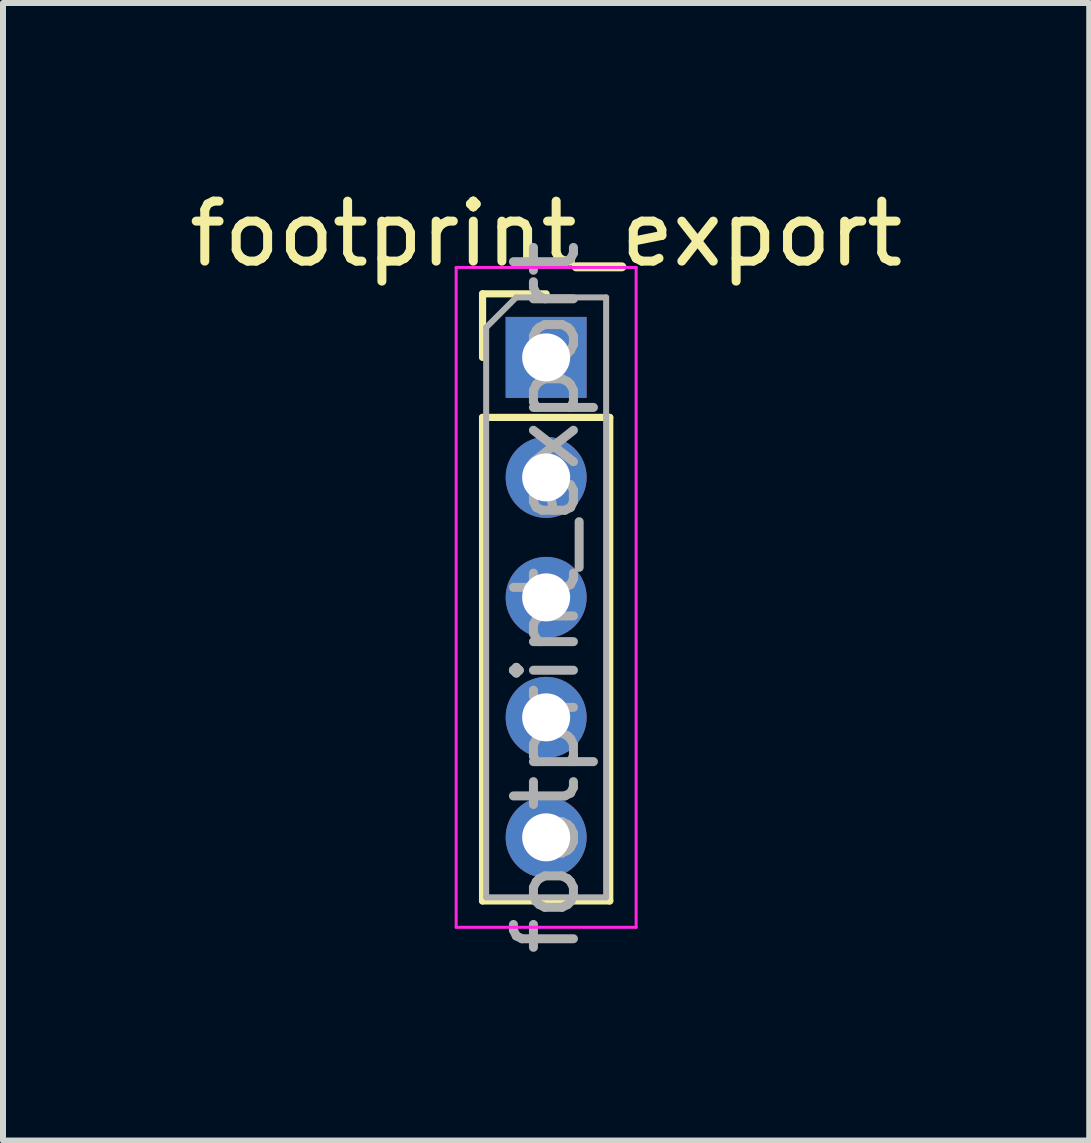
<source format=kicad_pcb>
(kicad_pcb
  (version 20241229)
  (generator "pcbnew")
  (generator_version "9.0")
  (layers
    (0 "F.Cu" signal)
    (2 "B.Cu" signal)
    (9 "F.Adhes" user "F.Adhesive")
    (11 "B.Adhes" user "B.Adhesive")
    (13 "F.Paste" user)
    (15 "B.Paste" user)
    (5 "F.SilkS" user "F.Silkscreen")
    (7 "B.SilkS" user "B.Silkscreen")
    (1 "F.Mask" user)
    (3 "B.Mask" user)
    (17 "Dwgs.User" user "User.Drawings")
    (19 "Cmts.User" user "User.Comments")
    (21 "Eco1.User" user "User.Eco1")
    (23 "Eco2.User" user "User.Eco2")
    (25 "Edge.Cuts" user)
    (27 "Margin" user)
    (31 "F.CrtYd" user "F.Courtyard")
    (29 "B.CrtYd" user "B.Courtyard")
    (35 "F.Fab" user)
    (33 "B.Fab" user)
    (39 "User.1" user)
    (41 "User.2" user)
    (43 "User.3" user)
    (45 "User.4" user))
  (footprint "footprint_export"
    (layer "F.Cu")
    (at 6.054 2.908)
    (property "Reference" "footprint_export" (at 0 -2.06 0) (layer "F.SilkS") (effects (font (size 1 1) (thickness 0.15))))
    (attr through_hole)
    (fp_line (start -1.06 -1.06) (end 0 -1.06) (stroke (width 0.12) (type solid)) (layer "F.SilkS"))
    (fp_line (start -1.06 0) (end -1.06 -1.06) (stroke (width 0.12) (type solid)) (layer "F.SilkS"))
    (fp_line (start -1.06 1) (end -1.06 9.06) (stroke (width 0.12) (type solid)) (layer "F.SilkS"))
    (fp_line (start -1.06 1) (end 1.06 1) (stroke (width 0.12) (type solid)) (layer "F.SilkS"))
    (fp_line (start -1.06 9.06) (end 1.06 9.06) (stroke (width 0.12) (type solid)) (layer "F.SilkS"))
    (fp_line (start 1.06 1) (end 1.06 9.06) (stroke (width 0.12) (type solid)) (layer "F.SilkS"))
    (fp_line (start -1.5 -1.5) (end -1.5 9.5) (stroke (width 0.05) (type solid)) (layer "F.CrtYd"))
    (fp_line (start -1.5 9.5) (end 1.5 9.5) (stroke (width 0.05) (type solid)) (layer "F.CrtYd"))
    (fp_line (start 1.5 -1.5) (end -1.5 -1.5) (stroke (width 0.05) (type solid)) (layer "F.CrtYd"))
    (fp_line (start 1.5 9.5) (end 1.5 -1.5) (stroke (width 0.05) (type solid)) (layer "F.CrtYd"))
    (fp_line (start -1 -0.5) (end -0.5 -1) (stroke (width 0.1) (type solid)) (layer "F.Fab"))
    (fp_line (start -1 9) (end -1 -0.5) (stroke (width 0.1) (type solid)) (layer "F.Fab"))
    (fp_line (start -0.5 -1) (end 1 -1) (stroke (width 0.1) (type solid)) (layer "F.Fab"))
    (fp_line (start 1 -1) (end 1 9) (stroke (width 0.1) (type solid)) (layer "F.Fab"))
    (fp_line (start 1 9) (end -1 9) (stroke (width 0.1) (type solid)) (layer "F.Fab"))
    (fp_text user "${REFERENCE}" (at 0 4 90) (layer "F.Fab") (effects (font (size 1 1) (thickness 0.15))))
    (pad "1" thru_hole rect (at 0 0) (size 1.35 1.35) (drill 0.8) (layers "*.Cu" "*.Mask"))
    (pad "2" thru_hole oval (at 0 2) (size 1.35 1.35) (drill 0.8) (layers "*.Cu" "*.Mask"))
    (pad "3" thru_hole oval (at 0 4) (size 1.35 1.35) (drill 0.8) (layers "*.Cu" "*.Mask"))
    (pad "4" thru_hole oval (at 0 6) (size 1.35 1.35) (drill 0.8) (layers "*.Cu" "*.Mask"))
    (pad "5" thru_hole oval (at 0 8) (size 1.35 1.35) (drill 0.8) (layers "*.Cu" "*.Mask")))
  (gr_rect
    (start -3 -3)
    (end 15.107 15.962)
    (stroke (width 0.1) (type default))
    (fill no)
    (layer "Edge.Cuts")))
</source>
